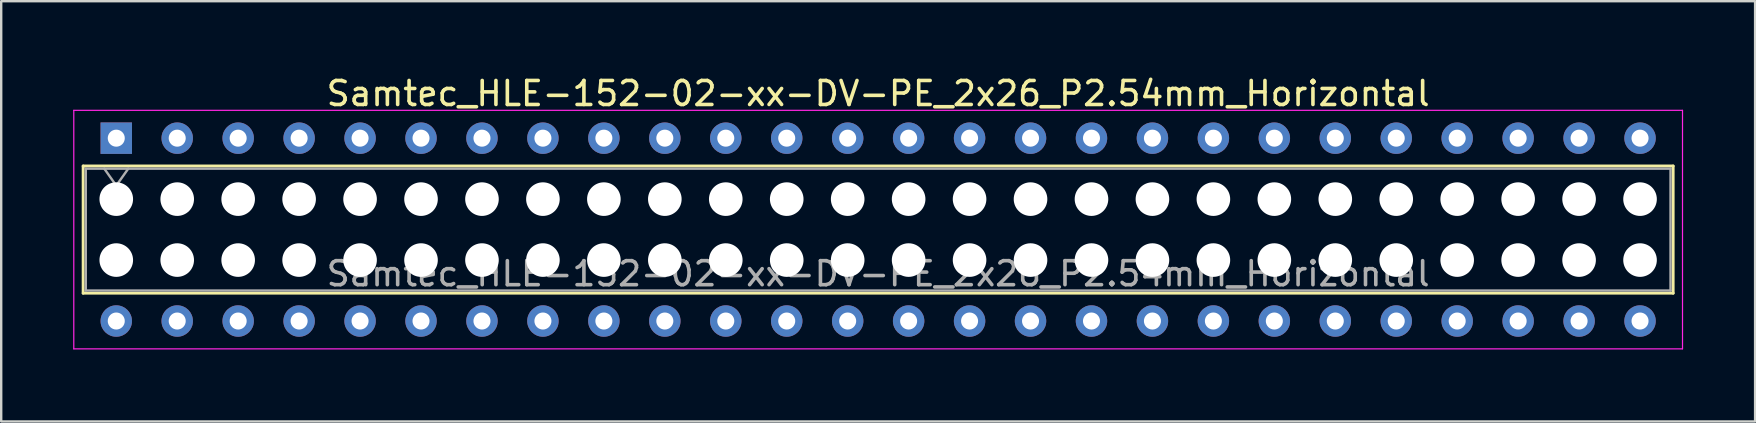
<source format=kicad_pcb>
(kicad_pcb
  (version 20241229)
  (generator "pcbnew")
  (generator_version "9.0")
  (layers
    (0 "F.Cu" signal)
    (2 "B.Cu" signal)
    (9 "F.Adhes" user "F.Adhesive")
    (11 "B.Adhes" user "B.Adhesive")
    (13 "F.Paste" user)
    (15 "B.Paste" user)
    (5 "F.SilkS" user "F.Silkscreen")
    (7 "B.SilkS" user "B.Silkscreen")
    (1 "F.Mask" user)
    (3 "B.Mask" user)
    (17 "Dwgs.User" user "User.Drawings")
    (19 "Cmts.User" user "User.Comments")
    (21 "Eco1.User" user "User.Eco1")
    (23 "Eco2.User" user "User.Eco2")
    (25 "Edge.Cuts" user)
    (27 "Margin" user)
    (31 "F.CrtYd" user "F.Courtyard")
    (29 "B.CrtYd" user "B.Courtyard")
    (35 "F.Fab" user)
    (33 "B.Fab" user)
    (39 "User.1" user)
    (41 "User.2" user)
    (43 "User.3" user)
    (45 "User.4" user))
  (footprint "Samtec_HLE-152-02-xx-DV-PE_2x26_P2.54mm_Horizontal"
    (layer "F.Cu")
    (at 1.795 2.708)
    (property "Reference" "Samtec_HLE-152-02-xx-DV-PE_2x26_P2.54mm_Horizontal" (at 31.75 -1.86 0) (layer "F.SilkS") (effects (font (size 1 1) (thickness 0.15))))
    (attr through_hole)
    (fp_line (start -1.38 1.16) (end 64.88 1.16) (stroke (width 0.12) (type solid)) (layer "F.SilkS"))
    (fp_line (start -1.38 6.46) (end -1.38 1.16) (stroke (width 0.12) (type solid)) (layer "F.SilkS"))
    (fp_line (start 64.88 1.16) (end 64.88 6.46) (stroke (width 0.12) (type solid)) (layer "F.SilkS"))
    (fp_line (start 64.88 6.46) (end -1.38 6.46) (stroke (width 0.12) (type solid)) (layer "F.SilkS"))
    (fp_line (start -1.77 -1.16) (end 65.27 -1.16) (stroke (width 0.05) (type solid)) (layer "F.CrtYd"))
    (fp_line (start -1.77 8.78) (end -1.77 -1.16) (stroke (width 0.05) (type solid)) (layer "F.CrtYd"))
    (fp_line (start 65.27 -1.16) (end 65.27 8.78) (stroke (width 0.05) (type solid)) (layer "F.CrtYd"))
    (fp_line (start 65.27 8.78) (end -1.77 8.78) (stroke (width 0.05) (type solid)) (layer "F.CrtYd"))
    (fp_line (start -1.27 1.27) (end 64.77 1.27) (stroke (width 0.1) (type solid)) (layer "F.Fab"))
    (fp_line (start -1.27 6.35) (end -1.27 1.27) (stroke (width 0.1) (type solid)) (layer "F.Fab"))
    (fp_line (start -0.5 1.27) (end 0 1.977) (stroke (width 0.1) (type solid)) (layer "F.Fab"))
    (fp_line (start 0 1.977) (end 0.5 1.27) (stroke (width 0.1) (type solid)) (layer "F.Fab"))
    (fp_line (start 64.77 1.27) (end 64.77 6.35) (stroke (width 0.1) (type solid)) (layer "F.Fab"))
    (fp_line (start 64.77 6.35) (end -1.27 6.35) (stroke (width 0.1) (type solid)) (layer "F.Fab"))
    (fp_text user "${REFERENCE}" (at 31.75 5.65 0) (layer "F.Fab") (effects (font (size 1 1) (thickness 0.15))))
    (pad "" np_thru_hole circle (at 0 2.54) (size 1.4 1.4) (drill 1.4) (layers "*.Cu" "*.Mask"))
    (pad "" np_thru_hole circle (at 0 5.08) (size 1.4 1.4) (drill 1.4) (layers "*.Cu" "*.Mask"))
    (pad "" np_thru_hole circle (at 2.54 2.54) (size 1.4 1.4) (drill 1.4) (layers "*.Cu" "*.Mask"))
    (pad "" np_thru_hole circle (at 2.54 5.08) (size 1.4 1.4) (drill 1.4) (layers "*.Cu" "*.Mask"))
    (pad "" np_thru_hole circle (at 5.08 2.54) (size 1.4 1.4) (drill 1.4) (layers "*.Cu" "*.Mask"))
    (pad "" np_thru_hole circle (at 5.08 5.08) (size 1.4 1.4) (drill 1.4) (layers "*.Cu" "*.Mask"))
    (pad "" np_thru_hole circle (at 7.62 2.54) (size 1.4 1.4) (drill 1.4) (layers "*.Cu" "*.Mask"))
    (pad "" np_thru_hole circle (at 7.62 5.08) (size 1.4 1.4) (drill 1.4) (layers "*.Cu" "*.Mask"))
    (pad "" np_thru_hole circle (at 10.16 2.54) (size 1.4 1.4) (drill 1.4) (layers "*.Cu" "*.Mask"))
    (pad "" np_thru_hole circle (at 10.16 5.08) (size 1.4 1.4) (drill 1.4) (layers "*.Cu" "*.Mask"))
    (pad "" np_thru_hole circle (at 12.7 2.54) (size 1.4 1.4) (drill 1.4) (layers "*.Cu" "*.Mask"))
    (pad "" np_thru_hole circle (at 12.7 5.08) (size 1.4 1.4) (drill 1.4) (layers "*.Cu" "*.Mask"))
    (pad "" np_thru_hole circle (at 15.24 2.54) (size 1.4 1.4) (drill 1.4) (layers "*.Cu" "*.Mask"))
    (pad "" np_thru_hole circle (at 15.24 5.08) (size 1.4 1.4) (drill 1.4) (layers "*.Cu" "*.Mask"))
    (pad "" np_thru_hole circle (at 17.78 2.54) (size 1.4 1.4) (drill 1.4) (layers "*.Cu" "*.Mask"))
    (pad "" np_thru_hole circle (at 17.78 5.08) (size 1.4 1.4) (drill 1.4) (layers "*.Cu" "*.Mask"))
    (pad "" np_thru_hole circle (at 20.32 2.54) (size 1.4 1.4) (drill 1.4) (layers "*.Cu" "*.Mask"))
    (pad "" np_thru_hole circle (at 20.32 5.08) (size 1.4 1.4) (drill 1.4) (layers "*.Cu" "*.Mask"))
    (pad "" np_thru_hole circle (at 22.86 2.54) (size 1.4 1.4) (drill 1.4) (layers "*.Cu" "*.Mask"))
    (pad "" np_thru_hole circle (at 22.86 5.08) (size 1.4 1.4) (drill 1.4) (layers "*.Cu" "*.Mask"))
    (pad "" np_thru_hole circle (at 25.4 2.54) (size 1.4 1.4) (drill 1.4) (layers "*.Cu" "*.Mask"))
    (pad "" np_thru_hole circle (at 25.4 5.08) (size 1.4 1.4) (drill 1.4) (layers "*.Cu" "*.Mask"))
    (pad "" np_thru_hole circle (at 27.94 2.54) (size 1.4 1.4) (drill 1.4) (layers "*.Cu" "*.Mask"))
    (pad "" np_thru_hole circle (at 27.94 5.08) (size 1.4 1.4) (drill 1.4) (layers "*.Cu" "*.Mask"))
    (pad "" np_thru_hole circle (at 30.48 2.54) (size 1.4 1.4) (drill 1.4) (layers "*.Cu" "*.Mask"))
    (pad "" np_thru_hole circle (at 30.48 5.08) (size 1.4 1.4) (drill 1.4) (layers "*.Cu" "*.Mask"))
    (pad "" np_thru_hole circle (at 33.02 2.54) (size 1.4 1.4) (drill 1.4) (layers "*.Cu" "*.Mask"))
    (pad "" np_thru_hole circle (at 33.02 5.08) (size 1.4 1.4) (drill 1.4) (layers "*.Cu" "*.Mask"))
    (pad "" np_thru_hole circle (at 35.56 2.54) (size 1.4 1.4) (drill 1.4) (layers "*.Cu" "*.Mask"))
    (pad "" np_thru_hole circle (at 35.56 5.08) (size 1.4 1.4) (drill 1.4) (layers "*.Cu" "*.Mask"))
    (pad "" np_thru_hole circle (at 38.1 2.54) (size 1.4 1.4) (drill 1.4) (layers "*.Cu" "*.Mask"))
    (pad "" np_thru_hole circle (at 38.1 5.08) (size 1.4 1.4) (drill 1.4) (layers "*.Cu" "*.Mask"))
    (pad "" np_thru_hole circle (at 40.64 2.54) (size 1.4 1.4) (drill 1.4) (layers "*.Cu" "*.Mask"))
    (pad "" np_thru_hole circle (at 40.64 5.08) (size 1.4 1.4) (drill 1.4) (layers "*.Cu" "*.Mask"))
    (pad "" np_thru_hole circle (at 43.18 2.54) (size 1.4 1.4) (drill 1.4) (layers "*.Cu" "*.Mask"))
    (pad "" np_thru_hole circle (at 43.18 5.08) (size 1.4 1.4) (drill 1.4) (layers "*.Cu" "*.Mask"))
    (pad "" np_thru_hole circle (at 45.72 2.54) (size 1.4 1.4) (drill 1.4) (layers "*.Cu" "*.Mask"))
    (pad "" np_thru_hole circle (at 45.72 5.08) (size 1.4 1.4) (drill 1.4) (layers "*.Cu" "*.Mask"))
    (pad "" np_thru_hole circle (at 48.26 2.54) (size 1.4 1.4) (drill 1.4) (layers "*.Cu" "*.Mask"))
    (pad "" np_thru_hole circle (at 48.26 5.08) (size 1.4 1.4) (drill 1.4) (layers "*.Cu" "*.Mask"))
    (pad "" np_thru_hole circle (at 50.8 2.54) (size 1.4 1.4) (drill 1.4) (layers "*.Cu" "*.Mask"))
    (pad "" np_thru_hole circle (at 50.8 5.08) (size 1.4 1.4) (drill 1.4) (layers "*.Cu" "*.Mask"))
    (pad "" np_thru_hole circle (at 53.34 2.54) (size 1.4 1.4) (drill 1.4) (layers "*.Cu" "*.Mask"))
    (pad "" np_thru_hole circle (at 53.34 5.08) (size 1.4 1.4) (drill 1.4) (layers "*.Cu" "*.Mask"))
    (pad "" np_thru_hole circle (at 55.88 2.54) (size 1.4 1.4) (drill 1.4) (layers "*.Cu" "*.Mask"))
    (pad "" np_thru_hole circle (at 55.88 5.08) (size 1.4 1.4) (drill 1.4) (layers "*.Cu" "*.Mask"))
    (pad "" np_thru_hole circle (at 58.42 2.54) (size 1.4 1.4) (drill 1.4) (layers "*.Cu" "*.Mask"))
    (pad "" np_thru_hole circle (at 58.42 5.08) (size 1.4 1.4) (drill 1.4) (layers "*.Cu" "*.Mask"))
    (pad "" np_thru_hole circle (at 60.96 2.54) (size 1.4 1.4) (drill 1.4) (layers "*.Cu" "*.Mask"))
    (pad "" np_thru_hole circle (at 60.96 5.08) (size 1.4 1.4) (drill 1.4) (layers "*.Cu" "*.Mask"))
    (pad "" np_thru_hole circle (at 63.5 2.54) (size 1.4 1.4) (drill 1.4) (layers "*.Cu" "*.Mask"))
    (pad "" np_thru_hole circle (at 63.5 5.08) (size 1.4 1.4) (drill 1.4) (layers "*.Cu" "*.Mask"))
    (pad "1" thru_hole rect (at 0 0) (size 1.31 1.31) (drill 0.71) (layers "*.Cu" "*.Mask"))
    (pad "2" thru_hole circle (at 0 7.62) (size 1.31 1.31) (drill 0.71) (layers "*.Cu" "*.Mask"))
    (pad "3" thru_hole circle (at 2.54 0) (size 1.31 1.31) (drill 0.71) (layers "*.Cu" "*.Mask"))
    (pad "4" thru_hole circle (at 2.54 7.62) (size 1.31 1.31) (drill 0.71) (layers "*.Cu" "*.Mask"))
    (pad "5" thru_hole circle (at 5.08 0) (size 1.31 1.31) (drill 0.71) (layers "*.Cu" "*.Mask"))
    (pad "6" thru_hole circle (at 5.08 7.62) (size 1.31 1.31) (drill 0.71) (layers "*.Cu" "*.Mask"))
    (pad "7" thru_hole circle (at 7.62 0) (size 1.31 1.31) (drill 0.71) (layers "*.Cu" "*.Mask"))
    (pad "8" thru_hole circle (at 7.62 7.62) (size 1.31 1.31) (drill 0.71) (layers "*.Cu" "*.Mask"))
    (pad "9" thru_hole circle (at 10.16 0) (size 1.31 1.31) (drill 0.71) (layers "*.Cu" "*.Mask"))
    (pad "10" thru_hole circle (at 10.16 7.62) (size 1.31 1.31) (drill 0.71) (layers "*.Cu" "*.Mask"))
    (pad "11" thru_hole circle (at 12.7 0) (size 1.31 1.31) (drill 0.71) (layers "*.Cu" "*.Mask"))
    (pad "12" thru_hole circle (at 12.7 7.62) (size 1.31 1.31) (drill 0.71) (layers "*.Cu" "*.Mask"))
    (pad "13" thru_hole circle (at 15.24 0) (size 1.31 1.31) (drill 0.71) (layers "*.Cu" "*.Mask"))
    (pad "14" thru_hole circle (at 15.24 7.62) (size 1.31 1.31) (drill 0.71) (layers "*.Cu" "*.Mask"))
    (pad "15" thru_hole circle (at 17.78 0) (size 1.31 1.31) (drill 0.71) (layers "*.Cu" "*.Mask"))
    (pad "16" thru_hole circle (at 17.78 7.62) (size 1.31 1.31) (drill 0.71) (layers "*.Cu" "*.Mask"))
    (pad "17" thru_hole circle (at 20.32 0) (size 1.31 1.31) (drill 0.71) (layers "*.Cu" "*.Mask"))
    (pad "18" thru_hole circle (at 20.32 7.62) (size 1.31 1.31) (drill 0.71) (layers "*.Cu" "*.Mask"))
    (pad "19" thru_hole circle (at 22.86 0) (size 1.31 1.31) (drill 0.71) (layers "*.Cu" "*.Mask"))
    (pad "20" thru_hole circle (at 22.86 7.62) (size 1.31 1.31) (drill 0.71) (layers "*.Cu" "*.Mask"))
    (pad "21" thru_hole circle (at 25.4 0) (size 1.31 1.31) (drill 0.71) (layers "*.Cu" "*.Mask"))
    (pad "22" thru_hole circle (at 25.4 7.62) (size 1.31 1.31) (drill 0.71) (layers "*.Cu" "*.Mask"))
    (pad "23" thru_hole circle (at 27.94 0) (size 1.31 1.31) (drill 0.71) (layers "*.Cu" "*.Mask"))
    (pad "24" thru_hole circle (at 27.94 7.62) (size 1.31 1.31) (drill 0.71) (layers "*.Cu" "*.Mask"))
    (pad "25" thru_hole circle (at 30.48 0) (size 1.31 1.31) (drill 0.71) (layers "*.Cu" "*.Mask"))
    (pad "26" thru_hole circle (at 30.48 7.62) (size 1.31 1.31) (drill 0.71) (layers "*.Cu" "*.Mask"))
    (pad "27" thru_hole circle (at 33.02 0) (size 1.31 1.31) (drill 0.71) (layers "*.Cu" "*.Mask"))
    (pad "28" thru_hole circle (at 33.02 7.62) (size 1.31 1.31) (drill 0.71) (layers "*.Cu" "*.Mask"))
    (pad "29" thru_hole circle (at 35.56 0) (size 1.31 1.31) (drill 0.71) (layers "*.Cu" "*.Mask"))
    (pad "30" thru_hole circle (at 35.56 7.62) (size 1.31 1.31) (drill 0.71) (layers "*.Cu" "*.Mask"))
    (pad "31" thru_hole circle (at 38.1 0) (size 1.31 1.31) (drill 0.71) (layers "*.Cu" "*.Mask"))
    (pad "32" thru_hole circle (at 38.1 7.62) (size 1.31 1.31) (drill 0.71) (layers "*.Cu" "*.Mask"))
    (pad "33" thru_hole circle (at 40.64 0) (size 1.31 1.31) (drill 0.71) (layers "*.Cu" "*.Mask"))
    (pad "34" thru_hole circle (at 40.64 7.62) (size 1.31 1.31) (drill 0.71) (layers "*.Cu" "*.Mask"))
    (pad "35" thru_hole circle (at 43.18 0) (size 1.31 1.31) (drill 0.71) (layers "*.Cu" "*.Mask"))
    (pad "36" thru_hole circle (at 43.18 7.62) (size 1.31 1.31) (drill 0.71) (layers "*.Cu" "*.Mask"))
    (pad "37" thru_hole circle (at 45.72 0) (size 1.31 1.31) (drill 0.71) (layers "*.Cu" "*.Mask"))
    (pad "38" thru_hole circle (at 45.72 7.62) (size 1.31 1.31) (drill 0.71) (layers "*.Cu" "*.Mask"))
    (pad "39" thru_hole circle (at 48.26 0) (size 1.31 1.31) (drill 0.71) (layers "*.Cu" "*.Mask"))
    (pad "40" thru_hole circle (at 48.26 7.62) (size 1.31 1.31) (drill 0.71) (layers "*.Cu" "*.Mask"))
    (pad "41" thru_hole circle (at 50.8 0) (size 1.31 1.31) (drill 0.71) (layers "*.Cu" "*.Mask"))
    (pad "42" thru_hole circle (at 50.8 7.62) (size 1.31 1.31) (drill 0.71) (layers "*.Cu" "*.Mask"))
    (pad "43" thru_hole circle (at 53.34 0) (size 1.31 1.31) (drill 0.71) (layers "*.Cu" "*.Mask"))
    (pad "44" thru_hole circle (at 53.34 7.62) (size 1.31 1.31) (drill 0.71) (layers "*.Cu" "*.Mask"))
    (pad "45" thru_hole circle (at 55.88 0) (size 1.31 1.31) (drill 0.71) (layers "*.Cu" "*.Mask"))
    (pad "46" thru_hole circle (at 55.88 7.62) (size 1.31 1.31) (drill 0.71) (layers "*.Cu" "*.Mask"))
    (pad "47" thru_hole circle (at 58.42 0) (size 1.31 1.31) (drill 0.71) (layers "*.Cu" "*.Mask"))
    (pad "48" thru_hole circle (at 58.42 7.62) (size 1.31 1.31) (drill 0.71) (layers "*.Cu" "*.Mask"))
    (pad "49" thru_hole circle (at 60.96 0) (size 1.31 1.31) (drill 0.71) (layers "*.Cu" "*.Mask"))
    (pad "50" thru_hole circle (at 60.96 7.62) (size 1.31 1.31) (drill 0.71) (layers "*.Cu" "*.Mask"))
    (pad "51" thru_hole circle (at 63.5 0) (size 1.31 1.31) (drill 0.71) (layers "*.Cu" "*.Mask"))
    (pad "52" thru_hole circle (at 63.5 7.62) (size 1.31 1.31) (drill 0.71) (layers "*.Cu" "*.Mask")))
  (gr_rect
    (start -3 -3)
    (end 70.09 14.513)
    (stroke (width 0.1) (type default))
    (fill no)
    (layer "Edge.Cuts")))
</source>
